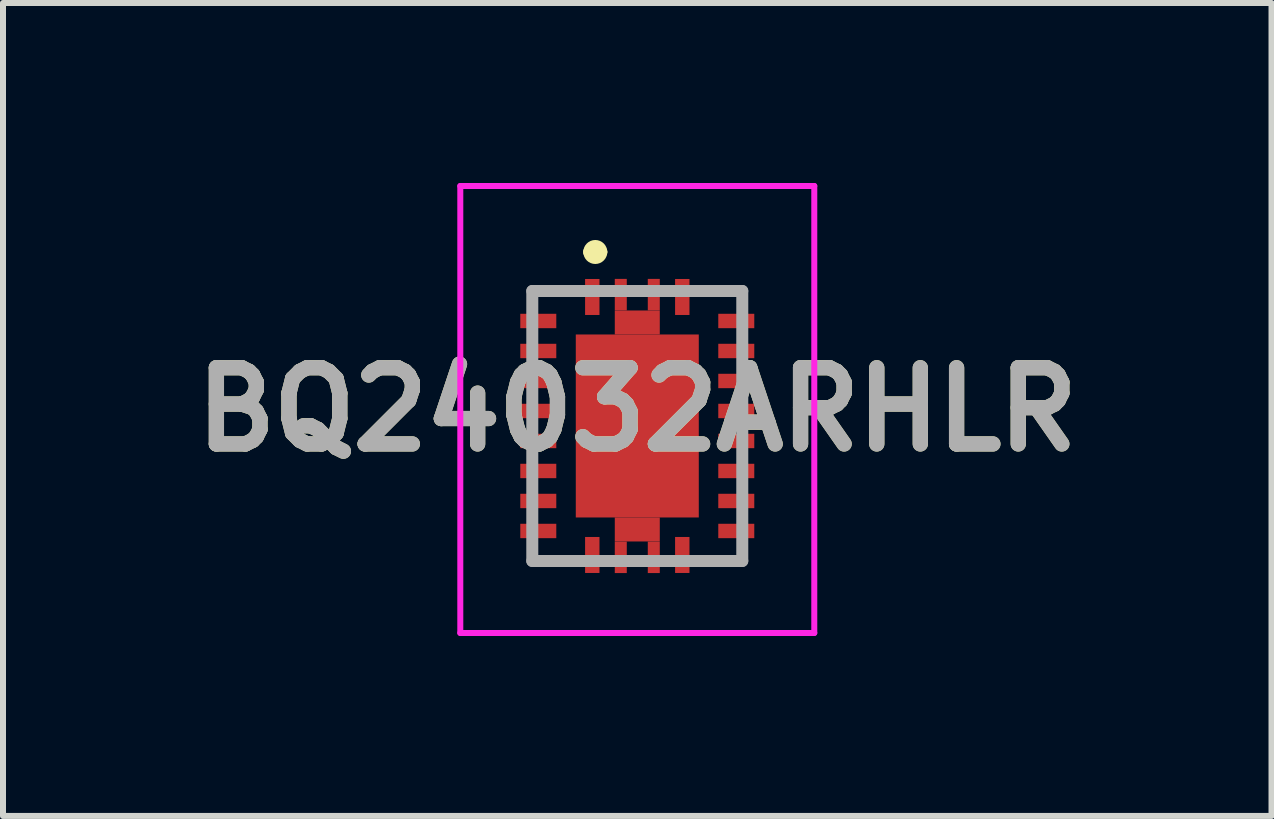
<source format=kicad_pcb>
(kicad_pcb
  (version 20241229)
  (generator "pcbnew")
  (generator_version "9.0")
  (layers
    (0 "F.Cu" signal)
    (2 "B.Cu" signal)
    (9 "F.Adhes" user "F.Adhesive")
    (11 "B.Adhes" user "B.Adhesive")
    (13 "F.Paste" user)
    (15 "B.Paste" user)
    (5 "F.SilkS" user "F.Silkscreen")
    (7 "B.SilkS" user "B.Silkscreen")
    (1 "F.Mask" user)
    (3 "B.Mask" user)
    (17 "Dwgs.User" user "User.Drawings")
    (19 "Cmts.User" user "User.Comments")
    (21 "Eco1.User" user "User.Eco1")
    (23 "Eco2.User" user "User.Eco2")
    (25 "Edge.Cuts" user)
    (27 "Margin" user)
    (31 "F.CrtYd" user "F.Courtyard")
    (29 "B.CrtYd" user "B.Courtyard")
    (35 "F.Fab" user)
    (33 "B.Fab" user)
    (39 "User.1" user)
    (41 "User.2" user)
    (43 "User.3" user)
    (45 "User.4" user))
  (footprint "BQ24032ARHLR"
    (layer "F.Cu")
    (at 7.572 4.05)
    (property "Reference" "BQ24032ARHLR" (at 0 -0.275 0) (layer "F.SilkS") (effects (font (size 1.27 1.27) (thickness 0.254))))
    (attr smd)
    (fp_line (start -1.75 -2.25) (end -1.75 -2) (stroke (width 0.1) (type solid)) (layer "F.SilkS"))
    (fp_line (start -1.75 2) (end -1.75 2.25) (stroke (width 0.1) (type solid)) (layer "F.SilkS"))
    (fp_line (start -1.75 2.25) (end -1.5 2.25) (stroke (width 0.1) (type solid)) (layer "F.SilkS"))
    (fp_line (start -1.5 -2.25) (end -1.75 -2.25) (stroke (width 0.1) (type solid)) (layer "F.SilkS"))
    (fp_line (start -0.8 -2.9) (end -0.8 -2.9) (stroke (width 0.2) (type solid)) (layer "F.SilkS"))
    (fp_line (start -0.6 -2.9) (end -0.6 -2.9) (stroke (width 0.2) (type solid)) (layer "F.SilkS"))
    (fp_line (start 1.5 -2.25) (end 1.75 -2.25) (stroke (width 0.1) (type solid)) (layer "F.SilkS"))
    (fp_line (start 1.75 -2.25) (end 1.75 -2) (stroke (width 0.1) (type solid)) (layer "F.SilkS"))
    (fp_line (start 1.75 2) (end 1.75 2.25) (stroke (width 0.1) (type solid)) (layer "F.SilkS"))
    (fp_line (start 1.75 2.25) (end 1.5 2.25) (stroke (width 0.1) (type solid)) (layer "F.SilkS"))
    (fp_arc (start -0.8 -2.9) (mid -0.7 -3) (end -0.6 -2.9) (stroke (width 0.2) (type solid)) (layer "F.SilkS"))
    (fp_arc (start -0.6 -2.9) (mid -0.7 -2.8) (end -0.8 -2.9) (stroke (width 0.2) (type solid)) (layer "F.SilkS"))
    (fp_line (start -2.95 -4) (end 2.95 -4) (stroke (width 0.1) (type solid)) (layer "F.CrtYd"))
    (fp_line (start -2.95 3.45) (end -2.95 -4) (stroke (width 0.1) (type solid)) (layer "F.CrtYd"))
    (fp_line (start 2.95 -4) (end 2.95 3.45) (stroke (width 0.1) (type solid)) (layer "F.CrtYd"))
    (fp_line (start 2.95 3.45) (end -2.95 3.45) (stroke (width 0.1) (type solid)) (layer "F.CrtYd"))
    (fp_line (start -1.75 -2.25) (end 1.75 -2.25) (stroke (width 0.2) (type solid)) (layer "F.Fab"))
    (fp_line (start -1.75 2.25) (end -1.75 -2.25) (stroke (width 0.2) (type solid)) (layer "F.Fab"))
    (fp_line (start 1.75 -2.25) (end 1.75 2.25) (stroke (width 0.2) (type solid)) (layer "F.Fab"))
    (fp_line (start 1.75 2.25) (end -1.75 2.25) (stroke (width 0.2) (type solid)) (layer "F.Fab"))
    (fp_text user "${REFERENCE}" (at 0 -0.275 0) (layer "F.Fab") (effects (font (size 1.27 1.27) (thickness 0.254))))
    (pad "1" smd rect (at -0.75 -2.15) (size 0.24 0.6) (layers "F.Cu" "F.Mask" "F.Paste"))
    (pad "2" smd rect (at -1.65 -1.75 90) (size 0.24 0.6) (layers "F.Cu" "F.Mask" "F.Paste"))
    (pad "3" smd rect (at -1.65 -1.25 90) (size 0.24 0.6) (layers "F.Cu" "F.Mask" "F.Paste"))
    (pad "4" smd rect (at -1.65 -0.75 90) (size 0.24 0.6) (layers "F.Cu" "F.Mask" "F.Paste"))
    (pad "5" smd rect (at -1.65 -0.25 90) (size 0.24 0.6) (layers "F.Cu" "F.Mask" "F.Paste"))
    (pad "6" smd rect (at -1.65 0.25 90) (size 0.24 0.6) (layers "F.Cu" "F.Mask" "F.Paste"))
    (pad "7" smd rect (at -1.65 0.75 90) (size 0.24 0.6) (layers "F.Cu" "F.Mask" "F.Paste"))
    (pad "8" smd rect (at -1.65 1.25 90) (size 0.24 0.6) (layers "F.Cu" "F.Mask" "F.Paste"))
    (pad "9" smd rect (at -1.65 1.75 90) (size 0.24 0.6) (layers "F.Cu" "F.Mask" "F.Paste"))
    (pad "10" smd rect (at -0.75 2.15) (size 0.24 0.6) (layers "F.Cu" "F.Mask" "F.Paste"))
    (pad "11" smd rect (at 0.75 2.15) (size 0.24 0.6) (layers "F.Cu" "F.Mask" "F.Paste"))
    (pad "12" smd rect (at 1.65 1.75 90) (size 0.24 0.6) (layers "F.Cu" "F.Mask" "F.Paste"))
    (pad "13" smd rect (at 1.65 1.25 90) (size 0.24 0.6) (layers "F.Cu" "F.Mask" "F.Paste"))
    (pad "14" smd rect (at 1.65 0.75 90) (size 0.24 0.6) (layers "F.Cu" "F.Mask" "F.Paste"))
    (pad "15" smd rect (at 1.65 0.25 90) (size 0.24 0.6) (layers "F.Cu" "F.Mask" "F.Paste"))
    (pad "16" smd rect (at 1.65 -0.25 90) (size 0.24 0.6) (layers "F.Cu" "F.Mask" "F.Paste"))
    (pad "17" smd rect (at 1.65 -0.75 90) (size 0.24 0.6) (layers "F.Cu" "F.Mask" "F.Paste"))
    (pad "18" smd rect (at 1.65 -1.25 90) (size 0.24 0.6) (layers "F.Cu" "F.Mask" "F.Paste"))
    (pad "19" smd rect (at 1.65 -1.75 90) (size 0.24 0.6) (layers "F.Cu" "F.Mask" "F.Paste"))
    (pad "20" smd rect (at 0.75 -2.15) (size 0.24 0.6) (layers "F.Cu" "F.Mask" "F.Paste"))
    (pad "21" smd rect (at 0 0) (size 2.05 3.05) (layers "F.Cu" "F.Mask" "F.Paste"))
    (pad "22" smd rect (at 0 -1.725 90) (size 0.4 0.75) (layers "F.Cu" "F.Mask" "F.Paste"))
    (pad "23" smd rect (at 0 1.725 90) (size 0.4 0.75) (layers "F.Cu" "F.Mask" "F.Paste"))
    (pad "24" smd rect (at -0.275 -2.189) (size 0.2 0.525) (layers "F.Cu" "F.Mask" "F.Paste"))
    (pad "25" smd rect (at 0.275 -2.189) (size 0.2 0.525) (layers "F.Cu" "F.Mask" "F.Paste"))
    (pad "26" smd rect (at -0.275 2.189) (size 0.2 0.525) (layers "F.Cu" "F.Mask" "F.Paste"))
    (pad "27" smd rect (at 0.275 2.189) (size 0.2 0.525) (layers "F.Cu" "F.Mask" "F.Paste")))
  (gr_rect
    (start -3 -3)
    (end 18.143 10.55)
    (stroke (width 0.1) (type default))
    (fill no)
    (layer "Edge.Cuts")))
</source>
